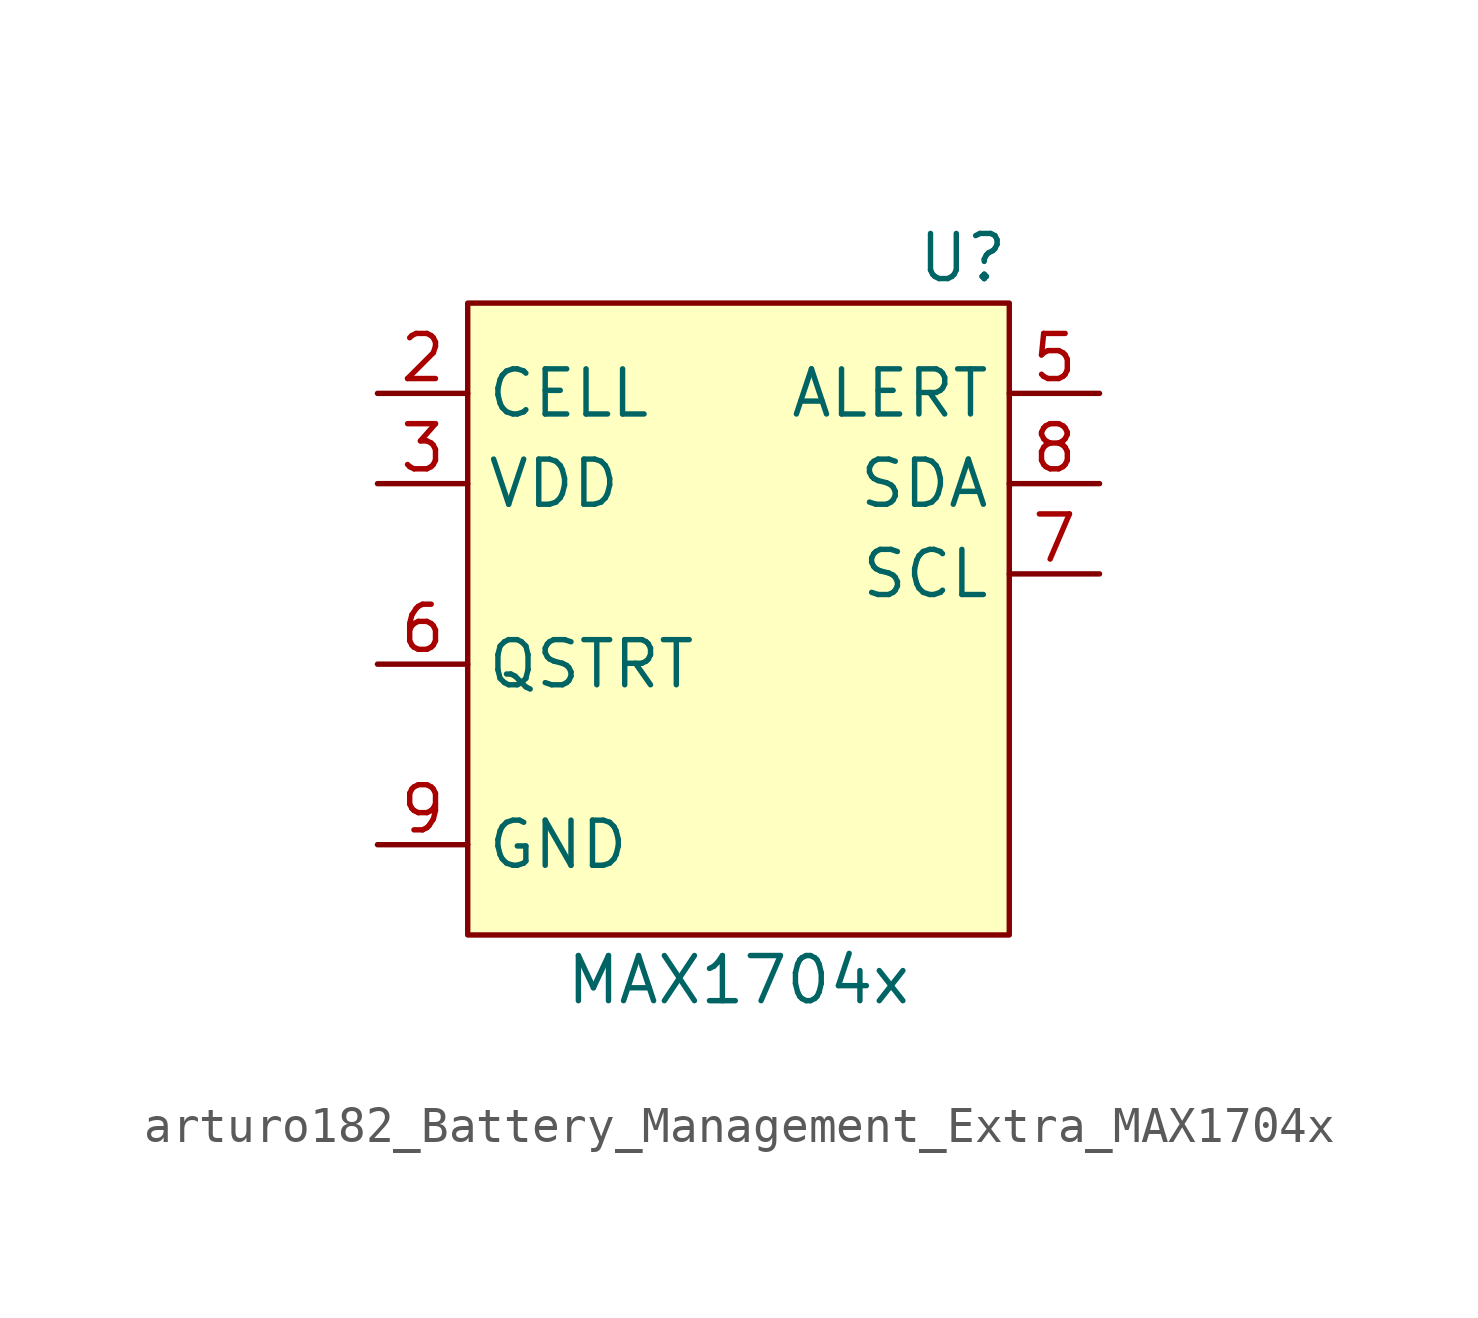
<source format=kicad_sym>
(kicad_symbol_lib
  (version 20220914)
  (generator kicad_symbol_editor)
  (symbol "arturo182_Battery_Management_Extra_MAX1704x"
    (property "Reference" "U"
      (at 7.62 11.43 0)
      (effects (font (size 1.27 1.27)) (justify right)))
    (property "Value" "MAX1704x"
      (at 0 -8.89 0)
      (effects (font (size 1.27 1.27))))
    (symbol "arturo182_Battery_Management_Extra_MAX1704x_0_0"
      (pin passive line (at -10.16 -5.08 0) (length 2.54) hide (name "GND" (effects (font (size 1.27 1.27)))) (number "1" (effects (font (size 1.27 1.27)))))
      (pin power_in line (at -10.16 7.62 0) (length 2.54) (name "CELL" (effects (font (size 1.27 1.27)))) (number "2" (effects (font (size 1.27 1.27)))))
      (pin power_in line (at -10.16 5.08 0) (length 2.54) (name "VDD" (effects (font (size 1.27 1.27)))) (number "3" (effects (font (size 1.27 1.27)))))
      (pin passive line (at -10.16 -5.08 0) (length 2.54) hide (name "GND" (effects (font (size 1.27 1.27)))) (number "4" (effects (font (size 1.27 1.27)))))
      (pin output line (at 10.16 7.62 180) (length 2.54) (name "ALERT" (effects (font (size 1.27 1.27)))) (number "5" (effects (font (size 1.27 1.27)))))
      (pin input line (at -10.16 0 0) (length 2.54) (name "QSTRT" (effects (font (size 1.27 1.27)))) (number "6" (effects (font (size 1.27 1.27)))))
      (pin input line (at 10.16 2.54 180) (length 2.54) (name "SCL" (effects (font (size 1.27 1.27)))) (number "7" (effects (font (size 1.27 1.27)))))
      (pin bidirectional line (at 10.16 5.08 180) (length 2.54) (name "SDA" (effects (font (size 1.27 1.27)))) (number "8" (effects (font (size 1.27 1.27)))))
      (pin power_in line (at -10.16 -5.08 0) (length 2.54) (name "GND" (effects (font (size 1.27 1.27)))) (number "9" (effects (font (size 1.27 1.27))))))
    (symbol "arturo182_Battery_Management_Extra_MAX1704x_0_1"
      (rectangle (start -7.62 10.16) (end 7.62 -7.62) (stroke (width 0.152) (type default) (color 0 0 0 0)) (fill (type background))))))
</source>
